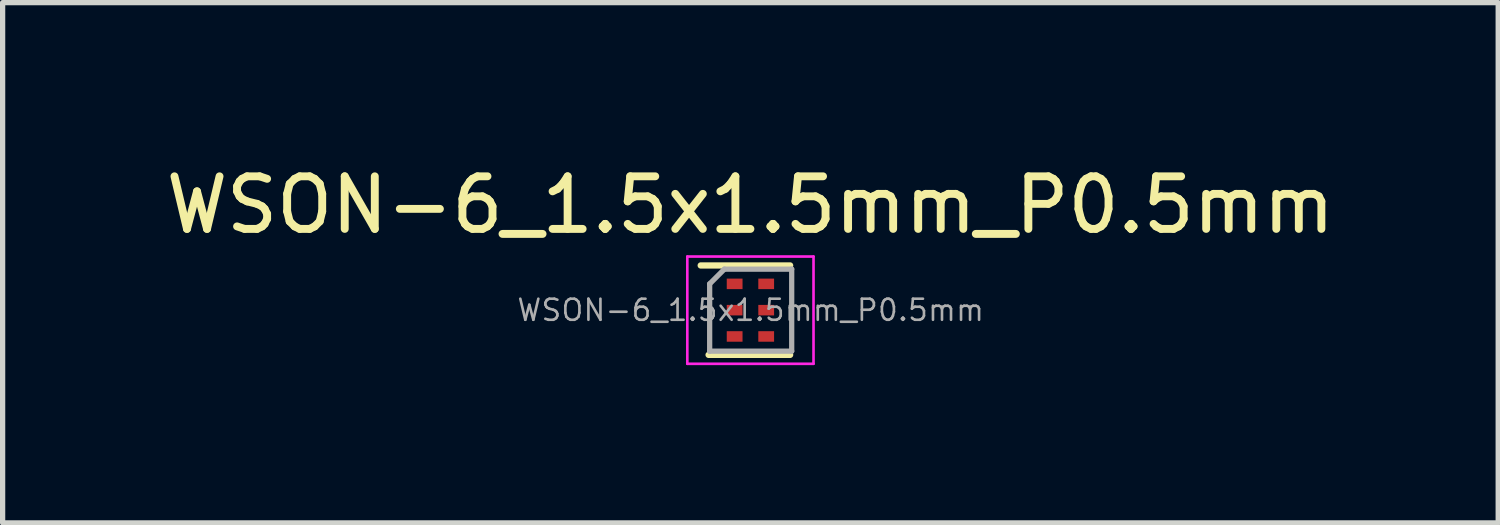
<source format=kicad_pcb>
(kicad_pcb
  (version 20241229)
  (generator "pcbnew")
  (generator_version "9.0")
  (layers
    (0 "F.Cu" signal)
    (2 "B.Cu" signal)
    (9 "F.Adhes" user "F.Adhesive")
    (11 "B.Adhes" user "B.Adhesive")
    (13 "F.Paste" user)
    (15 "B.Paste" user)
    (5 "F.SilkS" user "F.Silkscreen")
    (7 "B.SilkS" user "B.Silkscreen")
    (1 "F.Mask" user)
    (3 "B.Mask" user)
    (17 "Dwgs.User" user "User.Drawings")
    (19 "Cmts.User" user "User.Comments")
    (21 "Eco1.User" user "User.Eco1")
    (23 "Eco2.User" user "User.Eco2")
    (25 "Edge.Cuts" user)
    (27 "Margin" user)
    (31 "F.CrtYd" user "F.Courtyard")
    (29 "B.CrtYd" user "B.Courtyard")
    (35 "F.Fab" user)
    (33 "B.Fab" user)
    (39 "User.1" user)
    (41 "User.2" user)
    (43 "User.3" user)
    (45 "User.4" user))
  (footprint "WSON-6_1.5x1.5mm_P0.5mm"
    (layer "F.Cu")
    (at 11.22 2.848)
    (property "Reference" "WSON-6_1.5x1.5mm_P0.5mm" (at 0 -2 0) (layer "F.SilkS") (effects (font (size 1 1) (thickness 0.15))))
    (attr smd)
    (fp_line (start -0.945 -0.85) (end 0.755 -0.85) (stroke (width 0.12) (type solid)) (layer "F.SilkS"))
    (fp_line (start -0.795 0.85) (end 0.755 0.85) (stroke (width 0.12) (type solid)) (layer "F.SilkS"))
    (fp_line (start -1.2 1.02) (end -1.2 -1.02) (stroke (width 0.05) (type solid)) (layer "F.CrtYd"))
    (fp_line (start -1.2 1.02) (end 1.2 1.02) (stroke (width 0.05) (type solid)) (layer "F.CrtYd"))
    (fp_line (start 1.2 -1.02) (end -1.2 -1.02) (stroke (width 0.05) (type solid)) (layer "F.CrtYd"))
    (fp_line (start 1.2 -1.02) (end 1.2 1.02) (stroke (width 0.05) (type solid)) (layer "F.CrtYd"))
    (fp_line (start -0.775 -0.5) (end -0.775 0.78) (stroke (width 0.1) (type solid)) (layer "F.Fab"))
    (fp_line (start -0.775 0.78) (end 0.785 0.78) (stroke (width 0.1) (type solid)) (layer "F.Fab"))
    (fp_line (start -0.495 -0.78) (end -0.775 -0.5) (stroke (width 0.1) (type solid)) (layer "F.Fab"))
    (fp_line (start 0.785 -0.78) (end -0.495 -0.78) (stroke (width 0.1) (type solid)) (layer "F.Fab"))
    (fp_line (start 0.785 -0.78) (end 0.785 0.78) (stroke (width 0.1) (type solid)) (layer "F.Fab"))
    (fp_text user "${REFERENCE}" (at 0.005 0 0) (layer "F.Fab") (effects (font (size 0.4 0.4) (thickness 0.05))))
    (pad "1" smd rect (at -0.3 -0.5) (size 0.3 0.2) (layers "F.Cu" "F.Mask" "F.Paste"))
    (pad "2" smd rect (at -0.3 0) (size 0.3 0.2) (layers "F.Cu" "F.Mask" "F.Paste"))
    (pad "3" smd rect (at -0.3 0.5) (size 0.3 0.2) (layers "F.Cu" "F.Mask" "F.Paste"))
    (pad "4" smd rect (at 0.3 0.5) (size 0.3 0.2) (layers "F.Cu" "F.Mask" "F.Paste"))
    (pad "5" smd rect (at 0.3 0) (size 0.3 0.2) (layers "F.Cu" "F.Mask" "F.Paste"))
    (pad "6" smd rect (at 0.3 -0.5) (size 0.3 0.2) (layers "F.Cu" "F.Mask" "F.Paste")))
  (gr_rect
    (start -3 -3)
    (end 25.44 6.893)
    (stroke (width 0.1) (type default))
    (fill no)
    (layer "Edge.Cuts")))
</source>
